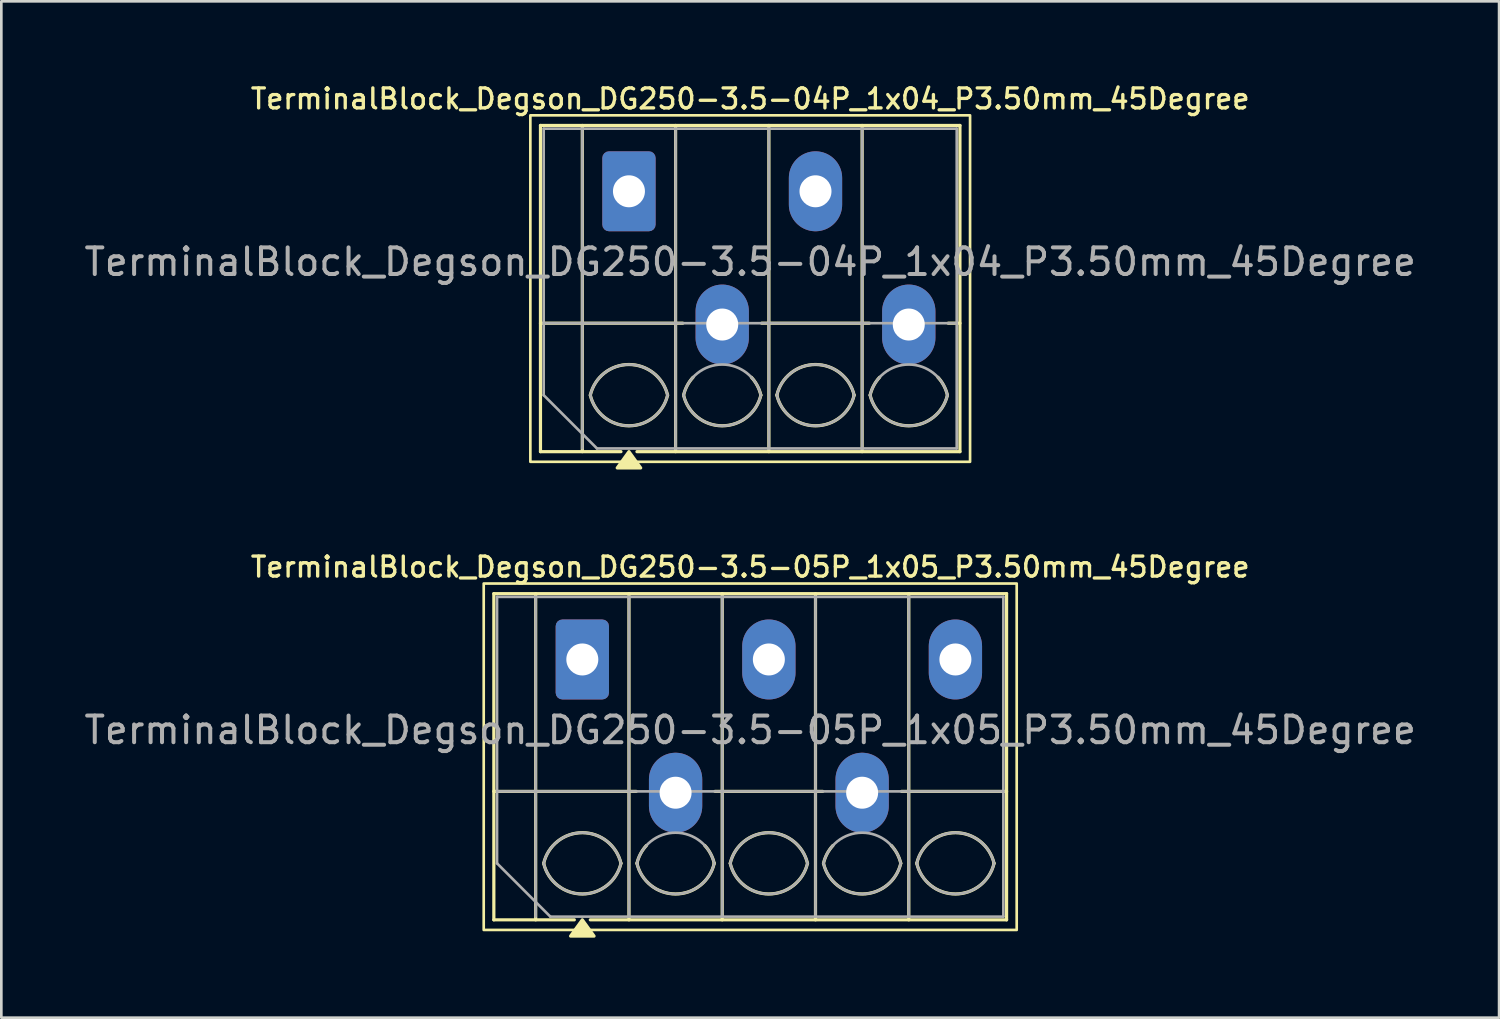
<source format=kicad_pcb>
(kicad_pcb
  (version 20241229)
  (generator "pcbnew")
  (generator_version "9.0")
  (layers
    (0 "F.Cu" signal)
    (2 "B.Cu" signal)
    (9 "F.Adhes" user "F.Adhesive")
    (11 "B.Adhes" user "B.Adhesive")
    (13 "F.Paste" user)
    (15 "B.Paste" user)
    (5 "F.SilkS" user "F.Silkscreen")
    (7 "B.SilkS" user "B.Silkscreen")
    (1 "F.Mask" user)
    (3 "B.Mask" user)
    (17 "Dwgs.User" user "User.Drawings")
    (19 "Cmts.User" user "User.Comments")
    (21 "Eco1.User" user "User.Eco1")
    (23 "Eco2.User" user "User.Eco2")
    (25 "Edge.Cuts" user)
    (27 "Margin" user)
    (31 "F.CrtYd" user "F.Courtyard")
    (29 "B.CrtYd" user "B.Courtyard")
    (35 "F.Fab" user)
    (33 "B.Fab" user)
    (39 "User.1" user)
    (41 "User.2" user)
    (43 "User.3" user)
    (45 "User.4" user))
  (footprint "TerminalBlock_Degson_DG250-3.5-04P_1x04_P3.50mm_45Degree"
    (layer "F.Cu")
    (at 20.551 4.128)
    (property "Reference" "TerminalBlock_Degson_DG250-3.5-04P_1x04_P3.50mm_45Degree" (at 4.55 -3.47 0) (layer "F.SilkS") (effects (font (size 0.75 0.75) (thickness 0.125))))
    (attr through_hole)
    (fp_line (start -3.32 -2.47) (end 12.42 -2.47) (stroke (width 0.12) (type solid)) (layer "F.SilkS"))
    (fp_line (start -3.32 4.95) (end 2.02 4.95) (stroke (width 0.12) (type solid)) (layer "F.SilkS"))
    (fp_line (start -3.32 9.77) (end -3.32 -2.47) (stroke (width 0.12) (type solid)) (layer "F.SilkS"))
    (fp_line (start -1.75 -2.47) (end -1.75 9.77) (stroke (width 0.12) (type solid)) (layer "F.SilkS"))
    (fp_line (start -0.3 9.77) (end -3.32 9.77) (stroke (width 0.12) (type solid)) (layer "F.SilkS"))
    (fp_line (start 1.75 -2.47) (end 1.75 9.77) (stroke (width 0.12) (type solid)) (layer "F.SilkS"))
    (fp_line (start 4.98 4.95) (end 9.02 4.95) (stroke (width 0.12) (type solid)) (layer "F.SilkS"))
    (fp_line (start 5.25 -2.47) (end 5.25 9.77) (stroke (width 0.12) (type solid)) (layer "F.SilkS"))
    (fp_line (start 8.75 -2.47) (end 8.75 9.77) (stroke (width 0.12) (type solid)) (layer "F.SilkS"))
    (fp_line (start 11.98 4.95) (end 12.42 4.95) (stroke (width 0.12) (type solid)) (layer "F.SilkS"))
    (fp_line (start 12.42 -2.47) (end 12.42 9.77) (stroke (width 0.12) (type solid)) (layer "F.SilkS"))
    (fp_line (start 12.42 9.77) (end 0.3 9.77) (stroke (width 0.12) (type solid)) (layer "F.SilkS"))
    (fp_rect (start -3.7 -2.85) (end 12.8 10.15) (stroke (width 0.1) (type solid)) (fill no) (layer "F.SilkS"))
    (fp_arc (start -1.45 7.65) (mid 0 6.5) (end 1.45 7.65) (stroke (width 0.12) (type solid)) (layer "F.SilkS"))
    (fp_arc (start 1.45 7.65) (mid 0 8.8) (end -1.45 7.65) (stroke (width 0.12) (type solid)) (layer "F.SilkS"))
    (fp_arc (start 2.05 7.65) (mid 2.18402 7.291962) (end 2.405 6.98) (stroke (width 0.12) (type solid)) (layer "F.SilkS"))
    (fp_arc (start 4.595 6.98) (mid 4.81598 7.291962) (end 4.95 7.65) (stroke (width 0.12) (type solid)) (layer "F.SilkS"))
    (fp_arc (start 4.95 7.65) (mid 3.5 8.8) (end 2.05 7.65) (stroke (width 0.12) (type solid)) (layer "F.SilkS"))
    (fp_arc (start 5.55 7.65) (mid 7 6.5) (end 8.45 7.65) (stroke (width 0.12) (type solid)) (layer "F.SilkS"))
    (fp_arc (start 8.45 7.65) (mid 7 8.8) (end 5.55 7.65) (stroke (width 0.12) (type solid)) (layer "F.SilkS"))
    (fp_arc (start 9.05 7.65) (mid 9.18402 7.291962) (end 9.405 6.98) (stroke (width 0.12) (type solid)) (layer "F.SilkS"))
    (fp_arc (start 11.595 6.98) (mid 11.81598 7.291962) (end 11.95 7.65) (stroke (width 0.12) (type solid)) (layer "F.SilkS"))
    (fp_arc (start 11.95 7.65) (mid 10.5 8.8) (end 9.05 7.65) (stroke (width 0.12) (type solid)) (layer "F.SilkS"))
    (fp_poly (pts (xy 0 9.77) (xy 0.44 10.38) (xy -0.44 10.38)) (stroke (width 0.12) (type solid)) (fill yes) (layer "F.SilkS"))
    (fp_line (start -3.2 -2.35) (end 12.3 -2.35) (stroke (width 0.1) (type solid)) (layer "F.Fab"))
    (fp_line (start -3.2 4.95) (end 12.3 4.95) (stroke (width 0.1) (type solid)) (layer "F.Fab"))
    (fp_line (start -3.2 7.65) (end -3.2 -2.35) (stroke (width 0.1) (type solid)) (layer "F.Fab"))
    (fp_line (start -1.75 -2.35) (end -1.75 9.65) (stroke (width 0.1) (type solid)) (layer "F.Fab"))
    (fp_line (start -1.2 9.65) (end -3.2 7.65) (stroke (width 0.1) (type solid)) (layer "F.Fab"))
    (fp_line (start 1.75 -2.35) (end 1.75 9.65) (stroke (width 0.1) (type solid)) (layer "F.Fab"))
    (fp_line (start 5.25 -2.35) (end 5.25 9.65) (stroke (width 0.1) (type solid)) (layer "F.Fab"))
    (fp_line (start 8.75 -2.35) (end 8.75 9.65) (stroke (width 0.1) (type solid)) (layer "F.Fab"))
    (fp_line (start 12.3 -2.35) (end 12.3 9.65) (stroke (width 0.1) (type solid)) (layer "F.Fab"))
    (fp_line (start 12.3 9.65) (end -1.2 9.65) (stroke (width 0.1) (type solid)) (layer "F.Fab"))
    (fp_arc (start -1.45 7.65) (mid 0 6.5) (end 1.45 7.65) (stroke (width 0.1) (type solid)) (layer "F.Fab"))
    (fp_arc (start 1.45 7.65) (mid 0 8.8) (end -1.45 7.65) (stroke (width 0.1) (type solid)) (layer "F.Fab"))
    (fp_arc (start 2.05 7.65) (mid 3.5 6.5) (end 4.95 7.65) (stroke (width 0.1) (type solid)) (layer "F.Fab"))
    (fp_arc (start 4.95 7.65) (mid 3.5 8.8) (end 2.05 7.65) (stroke (width 0.1) (type solid)) (layer "F.Fab"))
    (fp_arc (start 5.55 7.65) (mid 7 6.5) (end 8.45 7.65) (stroke (width 0.1) (type solid)) (layer "F.Fab"))
    (fp_arc (start 8.45 7.65) (mid 7 8.8) (end 5.55 7.65) (stroke (width 0.1) (type solid)) (layer "F.Fab"))
    (fp_arc (start 9.05 7.65) (mid 10.5 6.5) (end 11.95 7.65) (stroke (width 0.1) (type solid)) (layer "F.Fab"))
    (fp_arc (start 11.95 7.65) (mid 10.5 8.8) (end 9.05 7.65) (stroke (width 0.1) (type solid)) (layer "F.Fab"))
    (fp_text user "${REFERENCE}" (at 4.55 2.65 0) (layer "F.Fab") (effects (font (size 1 1) (thickness 0.15))))
    (pad "1" thru_hole roundrect (at 0 0) (size 2 3) (drill 1.2) (layers "*.Cu" "*.Mask") (roundrect_rratio 0.125))
    (pad "2" thru_hole oval (at 3.5 5) (size 2 3) (drill 1.2) (layers "*.Cu" "*.Mask"))
    (pad "3" thru_hole oval (at 7 0) (size 2 3) (drill 1.2) (layers "*.Cu" "*.Mask"))
    (pad "4" thru_hole oval (at 10.5 5) (size 2 3) (drill 1.2) (layers "*.Cu" "*.Mask")))
  (footprint "TerminalBlock_Degson_DG250-3.5-05P_1x05_P3.50mm_45Degree"
    (layer "F.Cu")
    (at 18.801 21.696)
    (property "Reference" "TerminalBlock_Degson_DG250-3.5-05P_1x05_P3.50mm_45Degree" (at 6.3 -3.47 0) (layer "F.SilkS") (effects (font (size 0.75 0.75) (thickness 0.125))))
    (attr through_hole)
    (fp_line (start -3.32 -2.47) (end 15.92 -2.47) (stroke (width 0.12) (type solid)) (layer "F.SilkS"))
    (fp_line (start -3.32 4.95) (end 2.02 4.95) (stroke (width 0.12) (type solid)) (layer "F.SilkS"))
    (fp_line (start -3.32 9.77) (end -3.32 -2.47) (stroke (width 0.12) (type solid)) (layer "F.SilkS"))
    (fp_line (start -1.75 -2.47) (end -1.75 9.77) (stroke (width 0.12) (type solid)) (layer "F.SilkS"))
    (fp_line (start -0.3 9.77) (end -3.32 9.77) (stroke (width 0.12) (type solid)) (layer "F.SilkS"))
    (fp_line (start 1.75 -2.47) (end 1.75 9.77) (stroke (width 0.12) (type solid)) (layer "F.SilkS"))
    (fp_line (start 4.98 4.95) (end 9.02 4.95) (stroke (width 0.12) (type solid)) (layer "F.SilkS"))
    (fp_line (start 5.25 -2.47) (end 5.25 9.77) (stroke (width 0.12) (type solid)) (layer "F.SilkS"))
    (fp_line (start 8.75 -2.47) (end 8.75 9.77) (stroke (width 0.12) (type solid)) (layer "F.SilkS"))
    (fp_line (start 11.98 4.95) (end 15.92 4.95) (stroke (width 0.12) (type solid)) (layer "F.SilkS"))
    (fp_line (start 12.25 -2.47) (end 12.25 9.77) (stroke (width 0.12) (type solid)) (layer "F.SilkS"))
    (fp_line (start 15.92 -2.47) (end 15.92 9.77) (stroke (width 0.12) (type solid)) (layer "F.SilkS"))
    (fp_line (start 15.92 9.77) (end 0.3 9.77) (stroke (width 0.12) (type solid)) (layer "F.SilkS"))
    (fp_rect (start -3.7 -2.85) (end 16.3 10.15) (stroke (width 0.1) (type solid)) (fill no) (layer "F.SilkS"))
    (fp_arc (start -1.45 7.65) (mid 0 6.5) (end 1.45 7.65) (stroke (width 0.12) (type solid)) (layer "F.SilkS"))
    (fp_arc (start 1.45 7.65) (mid 0 8.8) (end -1.45 7.65) (stroke (width 0.12) (type solid)) (layer "F.SilkS"))
    (fp_arc (start 2.05 7.65) (mid 2.18402 7.291962) (end 2.405 6.98) (stroke (width 0.12) (type solid)) (layer "F.SilkS"))
    (fp_arc (start 4.595 6.98) (mid 4.81598 7.291962) (end 4.95 7.65) (stroke (width 0.12) (type solid)) (layer "F.SilkS"))
    (fp_arc (start 4.95 7.65) (mid 3.5 8.8) (end 2.05 7.65) (stroke (width 0.12) (type solid)) (layer "F.SilkS"))
    (fp_arc (start 5.55 7.65) (mid 7 6.5) (end 8.45 7.65) (stroke (width 0.12) (type solid)) (layer "F.SilkS"))
    (fp_arc (start 8.45 7.65) (mid 7 8.8) (end 5.55 7.65) (stroke (width 0.12) (type solid)) (layer "F.SilkS"))
    (fp_arc (start 9.05 7.65) (mid 9.18402 7.291962) (end 9.405 6.98) (stroke (width 0.12) (type solid)) (layer "F.SilkS"))
    (fp_arc (start 11.595 6.98) (mid 11.81598 7.291962) (end 11.95 7.65) (stroke (width 0.12) (type solid)) (layer "F.SilkS"))
    (fp_arc (start 11.95 7.65) (mid 10.5 8.8) (end 9.05 7.65) (stroke (width 0.12) (type solid)) (layer "F.SilkS"))
    (fp_arc (start 12.55 7.65) (mid 14 6.5) (end 15.45 7.65) (stroke (width 0.12) (type solid)) (layer "F.SilkS"))
    (fp_arc (start 15.45 7.65) (mid 14 8.8) (end 12.55 7.65) (stroke (width 0.12) (type solid)) (layer "F.SilkS"))
    (fp_poly (pts (xy 0 9.77) (xy 0.44 10.38) (xy -0.44 10.38)) (stroke (width 0.12) (type solid)) (fill yes) (layer "F.SilkS"))
    (fp_line (start -3.2 -2.35) (end 15.8 -2.35) (stroke (width 0.1) (type solid)) (layer "F.Fab"))
    (fp_line (start -3.2 4.95) (end 15.8 4.95) (stroke (width 0.1) (type solid)) (layer "F.Fab"))
    (fp_line (start -3.2 7.65) (end -3.2 -2.35) (stroke (width 0.1) (type solid)) (layer "F.Fab"))
    (fp_line (start -1.75 -2.35) (end -1.75 9.65) (stroke (width 0.1) (type solid)) (layer "F.Fab"))
    (fp_line (start -1.2 9.65) (end -3.2 7.65) (stroke (width 0.1) (type solid)) (layer "F.Fab"))
    (fp_line (start 1.75 -2.35) (end 1.75 9.65) (stroke (width 0.1) (type solid)) (layer "F.Fab"))
    (fp_line (start 5.25 -2.35) (end 5.25 9.65) (stroke (width 0.1) (type solid)) (layer "F.Fab"))
    (fp_line (start 8.75 -2.35) (end 8.75 9.65) (stroke (width 0.1) (type solid)) (layer "F.Fab"))
    (fp_line (start 12.25 -2.35) (end 12.25 9.65) (stroke (width 0.1) (type solid)) (layer "F.Fab"))
    (fp_line (start 15.8 -2.35) (end 15.8 9.65) (stroke (width 0.1) (type solid)) (layer "F.Fab"))
    (fp_line (start 15.8 9.65) (end -1.2 9.65) (stroke (width 0.1) (type solid)) (layer "F.Fab"))
    (fp_arc (start -1.45 7.65) (mid 0 6.5) (end 1.45 7.65) (stroke (width 0.1) (type solid)) (layer "F.Fab"))
    (fp_arc (start 1.45 7.65) (mid 0 8.8) (end -1.45 7.65) (stroke (width 0.1) (type solid)) (layer "F.Fab"))
    (fp_arc (start 2.05 7.65) (mid 3.5 6.5) (end 4.95 7.65) (stroke (width 0.1) (type solid)) (layer "F.Fab"))
    (fp_arc (start 4.95 7.65) (mid 3.5 8.8) (end 2.05 7.65) (stroke (width 0.1) (type solid)) (layer "F.Fab"))
    (fp_arc (start 5.55 7.65) (mid 7 6.5) (end 8.45 7.65) (stroke (width 0.1) (type solid)) (layer "F.Fab"))
    (fp_arc (start 8.45 7.65) (mid 7 8.8) (end 5.55 7.65) (stroke (width 0.1) (type solid)) (layer "F.Fab"))
    (fp_arc (start 9.05 7.65) (mid 10.5 6.5) (end 11.95 7.65) (stroke (width 0.1) (type solid)) (layer "F.Fab"))
    (fp_arc (start 11.95 7.65) (mid 10.5 8.8) (end 9.05 7.65) (stroke (width 0.1) (type solid)) (layer "F.Fab"))
    (fp_arc (start 12.55 7.65) (mid 14 6.5) (end 15.45 7.65) (stroke (width 0.1) (type solid)) (layer "F.Fab"))
    (fp_arc (start 15.45 7.65) (mid 14 8.8) (end 12.55 7.65) (stroke (width 0.1) (type solid)) (layer "F.Fab"))
    (fp_text user "${REFERENCE}" (at 6.3 2.65 0) (layer "F.Fab") (effects (font (size 1 1) (thickness 0.15))))
    (pad "1" thru_hole roundrect (at 0 0) (size 2 3) (drill 1.2) (layers "*.Cu" "*.Mask") (roundrect_rratio 0.125))
    (pad "2" thru_hole oval (at 3.5 5) (size 2 3) (drill 1.2) (layers "*.Cu" "*.Mask"))
    (pad "3" thru_hole oval (at 7 0) (size 2 3) (drill 1.2) (layers "*.Cu" "*.Mask"))
    (pad "4" thru_hole oval (at 10.5 5) (size 2 3) (drill 1.2) (layers "*.Cu" "*.Mask"))
    (pad "5" thru_hole oval (at 14 0) (size 2 3) (drill 1.2) (layers "*.Cu" "*.Mask")))
  (gr_rect
    (start -3 -3)
    (end 53.202 35.136)
    (stroke (width 0.1) (type default))
    (fill no)
    (layer "Edge.Cuts")))
</source>
